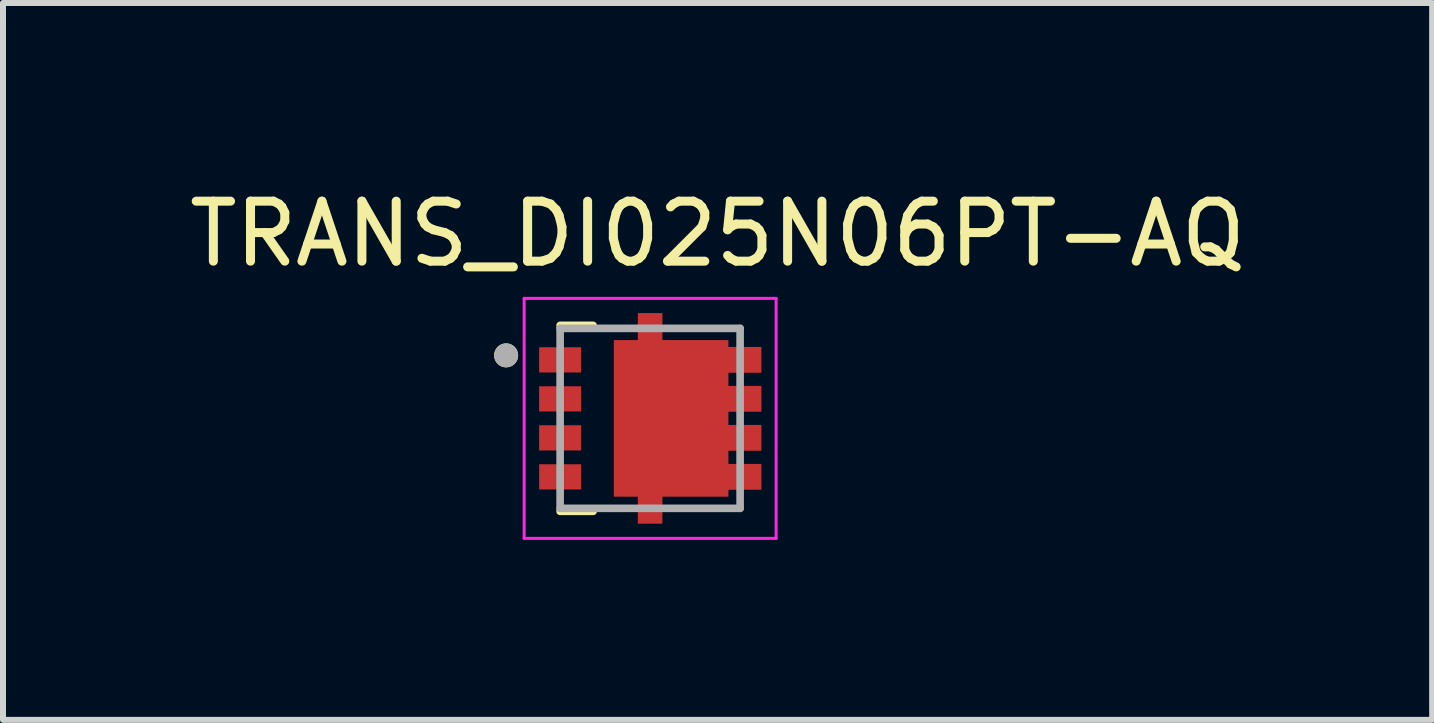
<source format=kicad_pcb>
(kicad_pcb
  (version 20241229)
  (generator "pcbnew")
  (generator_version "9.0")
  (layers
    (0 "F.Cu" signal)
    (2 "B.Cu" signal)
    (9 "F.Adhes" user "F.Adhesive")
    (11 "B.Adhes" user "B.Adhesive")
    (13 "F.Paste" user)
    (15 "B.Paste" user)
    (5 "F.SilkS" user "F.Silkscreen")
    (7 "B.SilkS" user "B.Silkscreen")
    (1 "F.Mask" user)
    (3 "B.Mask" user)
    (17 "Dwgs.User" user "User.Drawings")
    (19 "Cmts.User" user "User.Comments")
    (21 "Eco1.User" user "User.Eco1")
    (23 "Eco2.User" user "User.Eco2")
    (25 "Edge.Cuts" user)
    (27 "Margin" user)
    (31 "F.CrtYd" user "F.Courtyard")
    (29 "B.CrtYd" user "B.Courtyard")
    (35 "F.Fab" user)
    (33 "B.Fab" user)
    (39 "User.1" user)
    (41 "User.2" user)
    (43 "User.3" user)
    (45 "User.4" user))
  (footprint "TRANS_DI025N06PT-AQ"
    (layer "F.Cu")
    (at 7.786 3.923)
    (property "Reference" "TRANS_DI025N06PT-AQ" (at 1.125 -3.075 0) (layer "F.SilkS") (effects (font (size 1 1) (thickness 0.15))))
    (attr smd)
    (fp_poly (pts (xy -0.7 -1.4) (xy -0.3 -1.4) (xy -0.3 -1.85) (xy 0.3 -1.85) (xy 0.3 -1.4) (xy 1.4 -1.4) (xy 1.4 -1.285) (xy 1.95 -1.285) (xy 1.95 -0.665) (xy 1.4 -0.665) (xy 1.4 -0.635) (xy 1.95 -0.635) (xy 1.95 -0.015) (xy 1.4 -0.015) (xy 1.4 0.015) (xy 1.95 0.015) (xy 1.95 0.635) (xy 1.4 0.635) (xy 1.4 0.665) (xy 1.95 0.665) (xy 1.95 1.285) (xy 1.4 1.285) (xy 1.4 1.4) (xy 0.3 1.4) (xy 0.3 1.85) (xy -0.3 1.85) (xy -0.3 1.4) (xy -0.7 1.4)) (stroke (width 0.01) (type solid)) (fill yes) (layer "F.Mask"))
    (fp_line (start -1.5 -1.55) (end -0.95 -1.55) (stroke (width 0.127) (type solid)) (layer "F.SilkS"))
    (fp_line (start -1.5 1.55) (end -0.95 1.55) (stroke (width 0.127) (type solid)) (layer "F.SilkS"))
    (fp_circle (center -2.4 -1.05) (end -2.3 -1.05) (stroke (width 0.2) (type solid)) (fill no) (layer "F.SilkS"))
    (fp_poly (pts (xy -0.321 -0.919) (xy 1.021 -0.919) (xy 1.021 0.919) (xy -0.321 0.919)) (stroke (width 0.01) (type solid)) (fill yes) (layer "F.Paste"))
    (fp_poly (pts (xy -0.2 -1.75) (xy 0.2 -1.75) (xy 0.2 -1.3) (xy -0.2 -1.3)) (stroke (width 0.01) (type solid)) (fill yes) (layer "F.Paste"))
    (fp_poly (pts (xy -0.2 1.3) (xy 0.2 1.3) (xy 0.2 1.75) (xy -0.2 1.75)) (stroke (width 0.01) (type solid)) (fill yes) (layer "F.Paste"))
    (fp_poly (pts (xy 1.3 -1.185) (xy 1.85 -1.185) (xy 1.85 -0.765) (xy 1.3 -0.765)) (stroke (width 0.01) (type solid)) (fill yes) (layer "F.Paste"))
    (fp_poly (pts (xy 1.3 -0.535) (xy 1.85 -0.535) (xy 1.85 -0.115) (xy 1.3 -0.115)) (stroke (width 0.01) (type solid)) (fill yes) (layer "F.Paste"))
    (fp_poly (pts (xy 1.3 0.115) (xy 1.85 0.115) (xy 1.85 0.535) (xy 1.3 0.535)) (stroke (width 0.01) (type solid)) (fill yes) (layer "F.Paste"))
    (fp_poly (pts (xy 1.3 0.765) (xy 1.85 0.765) (xy 1.85 1.185) (xy 1.3 1.185)) (stroke (width 0.01) (type solid)) (fill yes) (layer "F.Paste"))
    (fp_line (start -2.1 -2) (end 2.1 -2) (stroke (width 0.05) (type solid)) (layer "F.CrtYd"))
    (fp_line (start -2.1 2) (end -2.1 -2) (stroke (width 0.05) (type solid)) (layer "F.CrtYd"))
    (fp_line (start 2.1 -2) (end 2.1 2) (stroke (width 0.05) (type solid)) (layer "F.CrtYd"))
    (fp_line (start 2.1 2) (end -2.1 2) (stroke (width 0.05) (type solid)) (layer "F.CrtYd"))
    (fp_line (start -1.5 -1.5) (end 1.5 -1.5) (stroke (width 0.127) (type solid)) (layer "F.Fab"))
    (fp_line (start -1.5 1.5) (end -1.5 -1.5) (stroke (width 0.127) (type solid)) (layer "F.Fab"))
    (fp_line (start 1.5 -1.5) (end 1.5 1.5) (stroke (width 0.127) (type solid)) (layer "F.Fab"))
    (fp_line (start 1.5 1.5) (end -1.5 1.5) (stroke (width 0.127) (type solid)) (layer "F.Fab"))
    (fp_circle (center -2.4 -1.05) (end -2.3 -1.05) (stroke (width 0.2) (type solid)) (fill no) (layer "F.Fab"))
    (pad "1" smd rect (at -1.5 -0.975) (size 0.7 0.42) (layers "F.Cu" "F.Mask" "F.Paste"))
    (pad "2" smd rect (at -1.5 -0.325) (size 0.7 0.42) (layers "F.Cu" "F.Mask" "F.Paste"))
    (pad "3" smd rect (at -1.5 0.325) (size 0.7 0.42) (layers "F.Cu" "F.Mask" "F.Paste"))
    (pad "4" smd rect (at -1.5 0.975) (size 0.7 0.42) (layers "F.Cu" "F.Mask" "F.Paste"))
    (pad "5_8" smd custom (at 0 0) (size 0.7 0.42) (layers "F.Cu") (options (anchor rect)) (primitives (gr_poly (pts (xy -0.6 1.3) (xy -0.6 -1.3) (xy -0.2 -1.3) (xy -0.2 -1.75) (xy 0.2 -1.75) (xy 0.2 -1.3) (xy 1.3 -1.3) (xy 1.3 -1.185) (xy 1.85 -1.185) (xy 1.85 -0.765) (xy 1.3 -0.765) (xy 1.3 -0.535) (xy 1.85 -0.535) (xy 1.85 -0.115) (xy 1.3 -0.115) (xy 1.3 0.115) (xy 1.85 0.115) (xy 1.85 0.535) (xy 1.3 0.535) (xy 1.3 0.765) (xy 1.85 0.765) (xy 1.85 1.185) (xy 1.3 1.185) (xy 1.3 1.3) (xy 0.2 1.3) (xy 0.2 1.75) (xy -0.2 1.75) (xy -0.2 1.3)) (width 0.01) (fill yes)))))
  (gr_rect
    (start -3 -3)
    (end 20.821 8.948)
    (stroke (width 0.1) (type default))
    (fill no)
    (layer "Edge.Cuts")))
</source>
